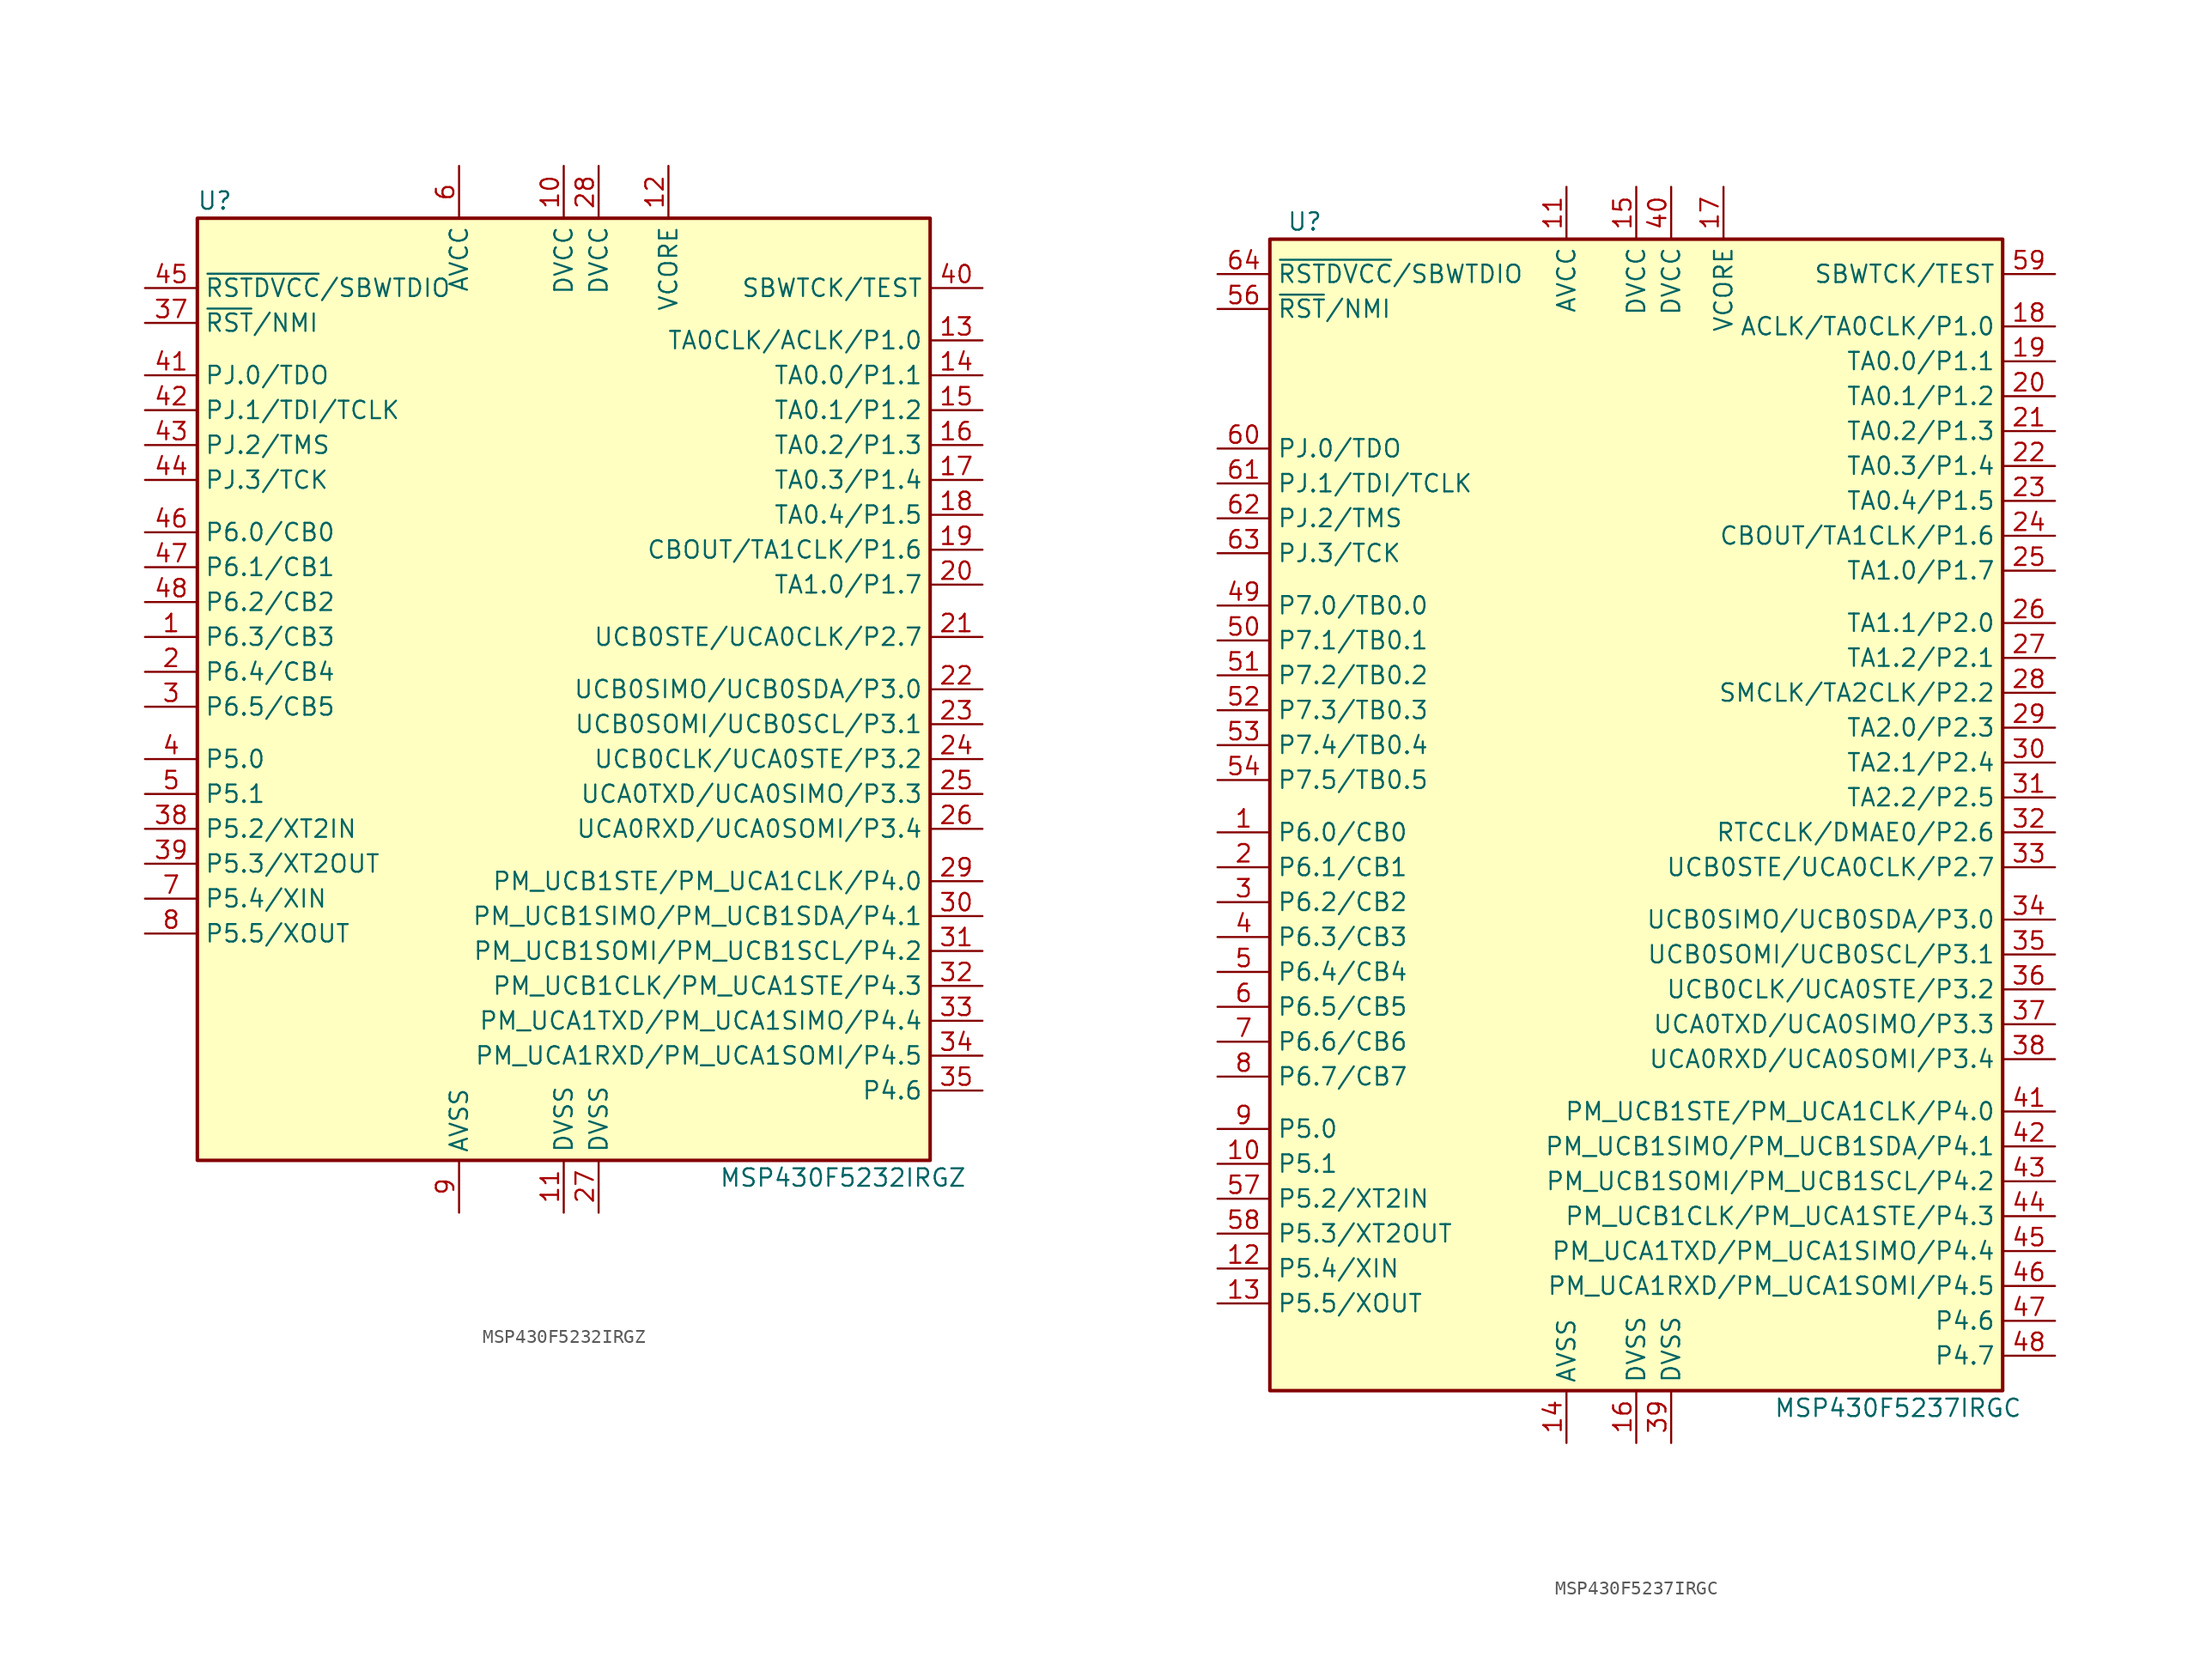
<source format=kicad_sym>
(kicad_symbol_lib
  (version 20211014)
  (generator kicad_symbol_editor)
  (symbol "MSP430F5232IRGZ"
    (property "Reference" "U"
      (at -25.4 35.56 0)
      (effects (font (size 1.27 1.27))))
    (property "Value" "MSP430F5232IRGZ"
      (at 20.32 -35.56 0)
      (effects (font (size 1.27 1.27))))
    (symbol "MSP430F5232IRGZ_0_1"
      (rectangle (start -26.67 34.29) (end 26.67 -34.29) (stroke (width 0.254) (type default) (color 0 0 0 0)) (fill (type background))))
    (symbol "MSP430F5232IRGZ_1_1"
      (pin bidirectional line (at -30.48 3.81 0) (length 3.81) (name "P6.3/CB3" (effects (font (size 1.27 1.27)))) (number "1" (effects (font (size 1.27 1.27)))))
      (pin power_in line (at 0 38.1 270) (length 3.81) (name "DVCC" (effects (font (size 1.27 1.27)))) (number "10" (effects (font (size 1.27 1.27)))))
      (pin power_in line (at 0 -38.1 90) (length 3.81) (name "DVSS" (effects (font (size 1.27 1.27)))) (number "11" (effects (font (size 1.27 1.27)))))
      (pin passive line (at 7.62 38.1 270) (length 3.81) (name "VCORE" (effects (font (size 1.27 1.27)))) (number "12" (effects (font (size 1.27 1.27)))))
      (pin bidirectional line (at 30.48 25.4 180) (length 3.81) (name "TA0CLK/ACLK/P1.0" (effects (font (size 1.27 1.27)))) (number "13" (effects (font (size 1.27 1.27)))))
      (pin bidirectional line (at 30.48 22.86 180) (length 3.81) (name "TA0.0/P1.1" (effects (font (size 1.27 1.27)))) (number "14" (effects (font (size 1.27 1.27)))))
      (pin bidirectional line (at 30.48 20.32 180) (length 3.81) (name "TA0.1/P1.2" (effects (font (size 1.27 1.27)))) (number "15" (effects (font (size 1.27 1.27)))))
      (pin bidirectional line (at 30.48 17.78 180) (length 3.81) (name "TA0.2/P1.3" (effects (font (size 1.27 1.27)))) (number "16" (effects (font (size 1.27 1.27)))))
      (pin bidirectional line (at 30.48 15.24 180) (length 3.81) (name "TA0.3/P1.4" (effects (font (size 1.27 1.27)))) (number "17" (effects (font (size 1.27 1.27)))))
      (pin bidirectional line (at 30.48 12.7 180) (length 3.81) (name "TA0.4/P1.5" (effects (font (size 1.27 1.27)))) (number "18" (effects (font (size 1.27 1.27)))))
      (pin bidirectional line (at 30.48 10.16 180) (length 3.81) (name "CBOUT/TA1CLK/P1.6" (effects (font (size 1.27 1.27)))) (number "19" (effects (font (size 1.27 1.27)))))
      (pin bidirectional line (at -30.48 1.27 0) (length 3.81) (name "P6.4/CB4" (effects (font (size 1.27 1.27)))) (number "2" (effects (font (size 1.27 1.27)))))
      (pin bidirectional line (at 30.48 7.62 180) (length 3.81) (name "TA1.0/P1.7" (effects (font (size 1.27 1.27)))) (number "20" (effects (font (size 1.27 1.27)))))
      (pin bidirectional line (at 30.48 3.81 180) (length 3.81) (name "UCB0STE/UCA0CLK/P2.7" (effects (font (size 1.27 1.27)))) (number "21" (effects (font (size 1.27 1.27)))))
      (pin bidirectional line (at 30.48 0 180) (length 3.81) (name "UCB0SIMO/UCB0SDA/P3.0" (effects (font (size 1.27 1.27)))) (number "22" (effects (font (size 1.27 1.27)))))
      (pin bidirectional line (at 30.48 -2.54 180) (length 3.81) (name "UCB0SOMI/UCB0SCL/P3.1" (effects (font (size 1.27 1.27)))) (number "23" (effects (font (size 1.27 1.27)))))
      (pin bidirectional line (at 30.48 -5.08 180) (length 3.81) (name "UCB0CLK/UCA0STE/P3.2" (effects (font (size 1.27 1.27)))) (number "24" (effects (font (size 1.27 1.27)))))
      (pin bidirectional line (at 30.48 -7.62 180) (length 3.81) (name "UCA0TXD/UCA0SIMO/P3.3" (effects (font (size 1.27 1.27)))) (number "25" (effects (font (size 1.27 1.27)))))
      (pin bidirectional line (at 30.48 -10.16 180) (length 3.81) (name "UCA0RXD/UCA0SOMI/P3.4" (effects (font (size 1.27 1.27)))) (number "26" (effects (font (size 1.27 1.27)))))
      (pin power_in line (at 2.54 -38.1 90) (length 3.81) (name "DVSS" (effects (font (size 1.27 1.27)))) (number "27" (effects (font (size 1.27 1.27)))))
      (pin power_in line (at 2.54 38.1 270) (length 3.81) (name "DVCC" (effects (font (size 1.27 1.27)))) (number "28" (effects (font (size 1.27 1.27)))))
      (pin bidirectional line (at 30.48 -13.97 180) (length 3.81) (name "PM_UCB1STE/PM_UCA1CLK/P4.0" (effects (font (size 1.27 1.27)))) (number "29" (effects (font (size 1.27 1.27)))))
      (pin bidirectional line (at -30.48 -1.27 0) (length 3.81) (name "P6.5/CB5" (effects (font (size 1.27 1.27)))) (number "3" (effects (font (size 1.27 1.27)))))
      (pin bidirectional line (at 30.48 -16.51 180) (length 3.81) (name "PM_UCB1SIMO/PM_UCB1SDA/P4.1" (effects (font (size 1.27 1.27)))) (number "30" (effects (font (size 1.27 1.27)))))
      (pin bidirectional line (at 30.48 -19.05 180) (length 3.81) (name "PM_UCB1SOMI/PM_UCB1SCL/P4.2" (effects (font (size 1.27 1.27)))) (number "31" (effects (font (size 1.27 1.27)))))
      (pin bidirectional line (at 30.48 -21.59 180) (length 3.81) (name "PM_UCB1CLK/PM_UCA1STE/P4.3" (effects (font (size 1.27 1.27)))) (number "32" (effects (font (size 1.27 1.27)))))
      (pin bidirectional line (at 30.48 -24.13 180) (length 3.81) (name "PM_UCA1TXD/PM_UCA1SIMO/P4.4" (effects (font (size 1.27 1.27)))) (number "33" (effects (font (size 1.27 1.27)))))
      (pin bidirectional line (at 30.48 -26.67 180) (length 3.81) (name "PM_UCA1RXD/PM_UCA1SOMI/P4.5" (effects (font (size 1.27 1.27)))) (number "34" (effects (font (size 1.27 1.27)))))
      (pin bidirectional line (at 30.48 -29.21 180) (length 3.81) (name "P4.6" (effects (font (size 1.27 1.27)))) (number "35" (effects (font (size 1.27 1.27)))))
      (pin input line (at -30.48 26.67 0) (length 3.81) (name "~{RST}/NMI" (effects (font (size 1.27 1.27)))) (number "37" (effects (font (size 1.27 1.27)))))
      (pin bidirectional line (at -30.48 -10.16 0) (length 3.81) (name "P5.2/XT2IN" (effects (font (size 1.27 1.27)))) (number "38" (effects (font (size 1.27 1.27)))))
      (pin bidirectional line (at -30.48 -12.7 0) (length 3.81) (name "P5.3/XT2OUT" (effects (font (size 1.27 1.27)))) (number "39" (effects (font (size 1.27 1.27)))))
      (pin bidirectional line (at -30.48 -5.08 0) (length 3.81) (name "P5.0" (effects (font (size 1.27 1.27)))) (number "4" (effects (font (size 1.27 1.27)))))
      (pin input line (at 30.48 29.21 180) (length 3.81) (name "SBWTCK/TEST" (effects (font (size 1.27 1.27)))) (number "40" (effects (font (size 1.27 1.27)))))
      (pin bidirectional line (at -30.48 22.86 0) (length 3.81) (name "PJ.0/TDO" (effects (font (size 1.27 1.27)))) (number "41" (effects (font (size 1.27 1.27)))))
      (pin bidirectional line (at -30.48 20.32 0) (length 3.81) (name "PJ.1/TDI/TCLK" (effects (font (size 1.27 1.27)))) (number "42" (effects (font (size 1.27 1.27)))))
      (pin bidirectional line (at -30.48 17.78 0) (length 3.81) (name "PJ.2/TMS" (effects (font (size 1.27 1.27)))) (number "43" (effects (font (size 1.27 1.27)))))
      (pin bidirectional line (at -30.48 15.24 0) (length 3.81) (name "PJ.3/TCK" (effects (font (size 1.27 1.27)))) (number "44" (effects (font (size 1.27 1.27)))))
      (pin bidirectional line (at -30.48 29.21 0) (length 3.81) (name "~{RSTDVCC}/SBWTDIO" (effects (font (size 1.27 1.27)))) (number "45" (effects (font (size 1.27 1.27)))))
      (pin bidirectional line (at -30.48 11.43 0) (length 3.81) (name "P6.0/CB0" (effects (font (size 1.27 1.27)))) (number "46" (effects (font (size 1.27 1.27)))))
      (pin bidirectional line (at -30.48 8.89 0) (length 3.81) (name "P6.1/CB1" (effects (font (size 1.27 1.27)))) (number "47" (effects (font (size 1.27 1.27)))))
      (pin bidirectional line (at -30.48 6.35 0) (length 3.81) (name "P6.2/CB2" (effects (font (size 1.27 1.27)))) (number "48" (effects (font (size 1.27 1.27)))))
      (pin bidirectional line (at -30.48 -7.62 0) (length 3.81) (name "P5.1" (effects (font (size 1.27 1.27)))) (number "5" (effects (font (size 1.27 1.27)))))
      (pin power_in line (at -7.62 38.1 270) (length 3.81) (name "AVCC" (effects (font (size 1.27 1.27)))) (number "6" (effects (font (size 1.27 1.27)))))
      (pin bidirectional line (at -30.48 -15.24 0) (length 3.81) (name "P5.4/XIN" (effects (font (size 1.27 1.27)))) (number "7" (effects (font (size 1.27 1.27)))))
      (pin bidirectional line (at -30.48 -17.78 0) (length 3.81) (name "P5.5/XOUT" (effects (font (size 1.27 1.27)))) (number "8" (effects (font (size 1.27 1.27)))))
      (pin power_in line (at -7.62 -38.1 90) (length 3.81) (name "AVSS" (effects (font (size 1.27 1.27)))) (number "9" (effects (font (size 1.27 1.27)))))))
  (symbol "MSP430F5237IRGC"
    (property "Reference" "U"
      (at -24.13 43.18 0)
      (effects (font (size 1.27 1.27))))
    (property "Value" "MSP430F5237IRGC"
      (at 19.05 -43.18 0)
      (effects (font (size 1.27 1.27))))
    (symbol "MSP430F5237IRGC_0_1"
      (rectangle (start -26.67 41.91) (end 26.67 -41.91) (stroke (width 0.254) (type default) (color 0 0 0 0)) (fill (type background))))
    (symbol "MSP430F5237IRGC_1_1"
      (pin bidirectional line (at -30.48 -1.27 0) (length 3.81) (name "P6.0/CB0" (effects (font (size 1.27 1.27)))) (number "1" (effects (font (size 1.27 1.27)))))
      (pin bidirectional line (at -30.48 -25.4 0) (length 3.81) (name "P5.1" (effects (font (size 1.27 1.27)))) (number "10" (effects (font (size 1.27 1.27)))))
      (pin power_in line (at -5.08 45.72 270) (length 3.81) (name "AVCC" (effects (font (size 1.27 1.27)))) (number "11" (effects (font (size 1.27 1.27)))))
      (pin bidirectional line (at -30.48 -33.02 0) (length 3.81) (name "P5.4/XIN" (effects (font (size 1.27 1.27)))) (number "12" (effects (font (size 1.27 1.27)))))
      (pin bidirectional line (at -30.48 -35.56 0) (length 3.81) (name "P5.5/XOUT" (effects (font (size 1.27 1.27)))) (number "13" (effects (font (size 1.27 1.27)))))
      (pin power_in line (at -5.08 -45.72 90) (length 3.81) (name "AVSS" (effects (font (size 1.27 1.27)))) (number "14" (effects (font (size 1.27 1.27)))))
      (pin power_in line (at 0 45.72 270) (length 3.81) (name "DVCC" (effects (font (size 1.27 1.27)))) (number "15" (effects (font (size 1.27 1.27)))))
      (pin power_in line (at 0 -45.72 90) (length 3.81) (name "DVSS" (effects (font (size 1.27 1.27)))) (number "16" (effects (font (size 1.27 1.27)))))
      (pin power_in line (at 6.35 45.72 270) (length 3.81) (name "VCORE" (effects (font (size 1.27 1.27)))) (number "17" (effects (font (size 1.27 1.27)))))
      (pin bidirectional line (at 30.48 35.56 180) (length 3.81) (name "ACLK/TA0CLK/P1.0" (effects (font (size 1.27 1.27)))) (number "18" (effects (font (size 1.27 1.27)))))
      (pin bidirectional line (at 30.48 33.02 180) (length 3.81) (name "TA0.0/P1.1" (effects (font (size 1.27 1.27)))) (number "19" (effects (font (size 1.27 1.27)))))
      (pin bidirectional line (at -30.48 -3.81 0) (length 3.81) (name "P6.1/CB1" (effects (font (size 1.27 1.27)))) (number "2" (effects (font (size 1.27 1.27)))))
      (pin bidirectional line (at 30.48 30.48 180) (length 3.81) (name "TA0.1/P1.2" (effects (font (size 1.27 1.27)))) (number "20" (effects (font (size 1.27 1.27)))))
      (pin bidirectional line (at 30.48 27.94 180) (length 3.81) (name "TA0.2/P1.3" (effects (font (size 1.27 1.27)))) (number "21" (effects (font (size 1.27 1.27)))))
      (pin bidirectional line (at 30.48 25.4 180) (length 3.81) (name "TA0.3/P1.4" (effects (font (size 1.27 1.27)))) (number "22" (effects (font (size 1.27 1.27)))))
      (pin bidirectional line (at 30.48 22.86 180) (length 3.81) (name "TA0.4/P1.5" (effects (font (size 1.27 1.27)))) (number "23" (effects (font (size 1.27 1.27)))))
      (pin bidirectional line (at 30.48 20.32 180) (length 3.81) (name "CBOUT/TA1CLK/P1.6" (effects (font (size 1.27 1.27)))) (number "24" (effects (font (size 1.27 1.27)))))
      (pin bidirectional line (at 30.48 17.78 180) (length 3.81) (name "TA1.0/P1.7" (effects (font (size 1.27 1.27)))) (number "25" (effects (font (size 1.27 1.27)))))
      (pin bidirectional line (at 30.48 13.97 180) (length 3.81) (name "TA1.1/P2.0" (effects (font (size 1.27 1.27)))) (number "26" (effects (font (size 1.27 1.27)))))
      (pin bidirectional line (at 30.48 11.43 180) (length 3.81) (name "TA1.2/P2.1" (effects (font (size 1.27 1.27)))) (number "27" (effects (font (size 1.27 1.27)))))
      (pin bidirectional line (at 30.48 8.89 180) (length 3.81) (name "SMCLK/TA2CLK/P2.2" (effects (font (size 1.27 1.27)))) (number "28" (effects (font (size 1.27 1.27)))))
      (pin bidirectional line (at 30.48 6.35 180) (length 3.81) (name "TA2.0/P2.3" (effects (font (size 1.27 1.27)))) (number "29" (effects (font (size 1.27 1.27)))))
      (pin bidirectional line (at -30.48 -6.35 0) (length 3.81) (name "P6.2/CB2" (effects (font (size 1.27 1.27)))) (number "3" (effects (font (size 1.27 1.27)))))
      (pin bidirectional line (at 30.48 3.81 180) (length 3.81) (name "TA2.1/P2.4" (effects (font (size 1.27 1.27)))) (number "30" (effects (font (size 1.27 1.27)))))
      (pin bidirectional line (at 30.48 1.27 180) (length 3.81) (name "TA2.2/P2.5" (effects (font (size 1.27 1.27)))) (number "31" (effects (font (size 1.27 1.27)))))
      (pin bidirectional line (at 30.48 -1.27 180) (length 3.81) (name "RTCCLK/DMAE0/P2.6" (effects (font (size 1.27 1.27)))) (number "32" (effects (font (size 1.27 1.27)))))
      (pin bidirectional line (at 30.48 -3.81 180) (length 3.81) (name "UCB0STE/UCA0CLK/P2.7" (effects (font (size 1.27 1.27)))) (number "33" (effects (font (size 1.27 1.27)))))
      (pin bidirectional line (at 30.48 -7.62 180) (length 3.81) (name "UCB0SIMO/UCB0SDA/P3.0" (effects (font (size 1.27 1.27)))) (number "34" (effects (font (size 1.27 1.27)))))
      (pin bidirectional line (at 30.48 -10.16 180) (length 3.81) (name "UCB0SOMI/UCB0SCL/P3.1" (effects (font (size 1.27 1.27)))) (number "35" (effects (font (size 1.27 1.27)))))
      (pin bidirectional line (at 30.48 -12.7 180) (length 3.81) (name "UCB0CLK/UCA0STE/P3.2" (effects (font (size 1.27 1.27)))) (number "36" (effects (font (size 1.27 1.27)))))
      (pin bidirectional line (at 30.48 -15.24 180) (length 3.81) (name "UCA0TXD/UCA0SIMO/P3.3" (effects (font (size 1.27 1.27)))) (number "37" (effects (font (size 1.27 1.27)))))
      (pin bidirectional line (at 30.48 -17.78 180) (length 3.81) (name "UCA0RXD/UCA0SOMI/P3.4" (effects (font (size 1.27 1.27)))) (number "38" (effects (font (size 1.27 1.27)))))
      (pin power_in line (at 2.54 -45.72 90) (length 3.81) (name "DVSS" (effects (font (size 1.27 1.27)))) (number "39" (effects (font (size 1.27 1.27)))))
      (pin bidirectional line (at -30.48 -8.89 0) (length 3.81) (name "P6.3/CB3" (effects (font (size 1.27 1.27)))) (number "4" (effects (font (size 1.27 1.27)))))
      (pin power_in line (at 2.54 45.72 270) (length 3.81) (name "DVCC" (effects (font (size 1.27 1.27)))) (number "40" (effects (font (size 1.27 1.27)))))
      (pin bidirectional line (at 30.48 -21.59 180) (length 3.81) (name "PM_UCB1STE/PM_UCA1CLK/P4.0" (effects (font (size 1.27 1.27)))) (number "41" (effects (font (size 1.27 1.27)))))
      (pin bidirectional line (at 30.48 -24.13 180) (length 3.81) (name "PM_UCB1SIMO/PM_UCB1SDA/P4.1" (effects (font (size 1.27 1.27)))) (number "42" (effects (font (size 1.27 1.27)))))
      (pin bidirectional line (at 30.48 -26.67 180) (length 3.81) (name "PM_UCB1SOMI/PM_UCB1SCL/P4.2" (effects (font (size 1.27 1.27)))) (number "43" (effects (font (size 1.27 1.27)))))
      (pin bidirectional line (at 30.48 -29.21 180) (length 3.81) (name "PM_UCB1CLK/PM_UCA1STE/P4.3" (effects (font (size 1.27 1.27)))) (number "44" (effects (font (size 1.27 1.27)))))
      (pin bidirectional line (at 30.48 -31.75 180) (length 3.81) (name "PM_UCA1TXD/PM_UCA1SIMO/P4.4" (effects (font (size 1.27 1.27)))) (number "45" (effects (font (size 1.27 1.27)))))
      (pin bidirectional line (at 30.48 -34.29 180) (length 3.81) (name "PM_UCA1RXD/PM_UCA1SOMI/P4.5" (effects (font (size 1.27 1.27)))) (number "46" (effects (font (size 1.27 1.27)))))
      (pin bidirectional line (at 30.48 -36.83 180) (length 3.81) (name "P4.6" (effects (font (size 1.27 1.27)))) (number "47" (effects (font (size 1.27 1.27)))))
      (pin bidirectional line (at 30.48 -39.37 180) (length 3.81) (name "P4.7" (effects (font (size 1.27 1.27)))) (number "48" (effects (font (size 1.27 1.27)))))
      (pin bidirectional line (at -30.48 15.24 0) (length 3.81) (name "P7.0/TB0.0" (effects (font (size 1.27 1.27)))) (number "49" (effects (font (size 1.27 1.27)))))
      (pin bidirectional line (at -30.48 -11.43 0) (length 3.81) (name "P6.4/CB4" (effects (font (size 1.27 1.27)))) (number "5" (effects (font (size 1.27 1.27)))))
      (pin bidirectional line (at -30.48 12.7 0) (length 3.81) (name "P7.1/TB0.1" (effects (font (size 1.27 1.27)))) (number "50" (effects (font (size 1.27 1.27)))))
      (pin bidirectional line (at -30.48 10.16 0) (length 3.81) (name "P7.2/TB0.2" (effects (font (size 1.27 1.27)))) (number "51" (effects (font (size 1.27 1.27)))))
      (pin bidirectional line (at -30.48 7.62 0) (length 3.81) (name "P7.3/TB0.3" (effects (font (size 1.27 1.27)))) (number "52" (effects (font (size 1.27 1.27)))))
      (pin bidirectional line (at -30.48 5.08 0) (length 3.81) (name "P7.4/TB0.4" (effects (font (size 1.27 1.27)))) (number "53" (effects (font (size 1.27 1.27)))))
      (pin bidirectional line (at -30.48 2.54 0) (length 3.81) (name "P7.5/TB0.5" (effects (font (size 1.27 1.27)))) (number "54" (effects (font (size 1.27 1.27)))))
      (pin input line (at -30.48 36.83 0) (length 3.81) (name "~{RST}/NMI" (effects (font (size 1.27 1.27)))) (number "56" (effects (font (size 1.27 1.27)))))
      (pin bidirectional line (at -30.48 -27.94 0) (length 3.81) (name "P5.2/XT2IN" (effects (font (size 1.27 1.27)))) (number "57" (effects (font (size 1.27 1.27)))))
      (pin bidirectional line (at -30.48 -30.48 0) (length 3.81) (name "P5.3/XT2OUT" (effects (font (size 1.27 1.27)))) (number "58" (effects (font (size 1.27 1.27)))))
      (pin input line (at 30.48 39.37 180) (length 3.81) (name "SBWTCK/TEST" (effects (font (size 1.27 1.27)))) (number "59" (effects (font (size 1.27 1.27)))))
      (pin bidirectional line (at -30.48 -13.97 0) (length 3.81) (name "P6.5/CB5" (effects (font (size 1.27 1.27)))) (number "6" (effects (font (size 1.27 1.27)))))
      (pin bidirectional line (at -30.48 26.67 0) (length 3.81) (name "PJ.0/TDO" (effects (font (size 1.27 1.27)))) (number "60" (effects (font (size 1.27 1.27)))))
      (pin bidirectional line (at -30.48 24.13 0) (length 3.81) (name "PJ.1/TDI/TCLK" (effects (font (size 1.27 1.27)))) (number "61" (effects (font (size 1.27 1.27)))))
      (pin bidirectional line (at -30.48 21.59 0) (length 3.81) (name "PJ.2/TMS" (effects (font (size 1.27 1.27)))) (number "62" (effects (font (size 1.27 1.27)))))
      (pin bidirectional line (at -30.48 19.05 0) (length 3.81) (name "PJ.3/TCK" (effects (font (size 1.27 1.27)))) (number "63" (effects (font (size 1.27 1.27)))))
      (pin bidirectional line (at -30.48 39.37 0) (length 3.81) (name "~{RSTDVCC}/SBWTDIO" (effects (font (size 1.27 1.27)))) (number "64" (effects (font (size 1.27 1.27)))))
      (pin bidirectional line (at -30.48 -16.51 0) (length 3.81) (name "P6.6/CB6" (effects (font (size 1.27 1.27)))) (number "7" (effects (font (size 1.27 1.27)))))
      (pin bidirectional line (at -30.48 -19.05 0) (length 3.81) (name "P6.7/CB7" (effects (font (size 1.27 1.27)))) (number "8" (effects (font (size 1.27 1.27)))))
      (pin bidirectional line (at -30.48 -22.86 0) (length 3.81) (name "P5.0" (effects (font (size 1.27 1.27)))) (number "9" (effects (font (size 1.27 1.27))))))))
</source>
